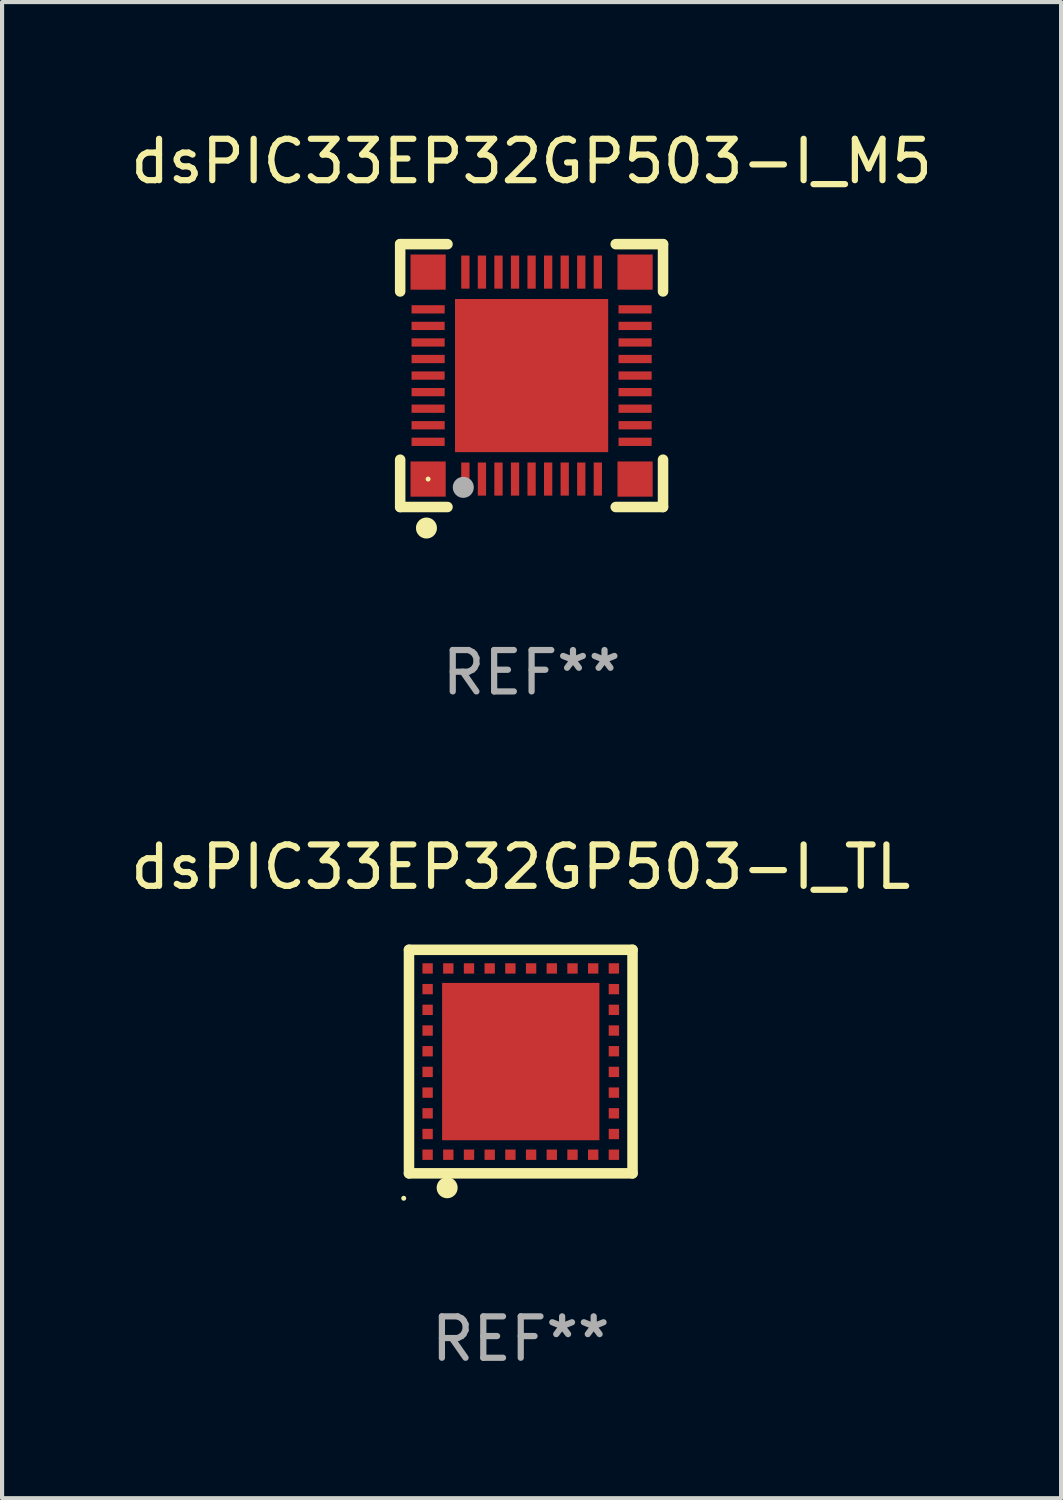
<source format=kicad_pcb>
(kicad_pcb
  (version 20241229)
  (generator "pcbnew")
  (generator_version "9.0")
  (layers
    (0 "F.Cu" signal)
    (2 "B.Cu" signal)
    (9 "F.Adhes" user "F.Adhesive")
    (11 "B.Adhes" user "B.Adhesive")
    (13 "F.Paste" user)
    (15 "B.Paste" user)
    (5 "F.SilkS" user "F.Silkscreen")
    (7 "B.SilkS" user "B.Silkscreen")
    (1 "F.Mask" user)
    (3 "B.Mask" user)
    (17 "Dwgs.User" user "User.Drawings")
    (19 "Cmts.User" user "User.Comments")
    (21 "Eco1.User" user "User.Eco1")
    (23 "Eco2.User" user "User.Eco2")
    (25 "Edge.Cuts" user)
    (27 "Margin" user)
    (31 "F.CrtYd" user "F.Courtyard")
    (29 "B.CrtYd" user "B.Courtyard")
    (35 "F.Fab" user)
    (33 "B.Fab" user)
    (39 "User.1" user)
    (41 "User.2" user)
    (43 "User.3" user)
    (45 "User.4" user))
  (footprint "dsPIC33EP32GP503-I_M5"
    (layer "F.Cu")
    (at 9.792 6.023)
    (property "Reference" "dsPIC33EP32GP503-I_M5" (at 0 -5.175 0) (layer "F.SilkS") (effects (font (size 1 1) (thickness 0.15))))
    (attr through_hole)
    (fp_line (start -3.175 -3.175) (end -2.032 -3.175) (stroke (width 0.254) (type solid)) (layer "F.SilkS"))
    (fp_line (start -3.175 -2.032) (end -3.175 -3.175) (stroke (width 0.254) (type solid)) (layer "F.SilkS"))
    (fp_line (start -3.175 3.175) (end -3.175 2.032) (stroke (width 0.254) (type solid)) (layer "F.SilkS"))
    (fp_line (start -2.032 3.175) (end -3.175 3.175) (stroke (width 0.254) (type solid)) (layer "F.SilkS"))
    (fp_line (start 2.032 -3.175) (end 3.175 -3.175) (stroke (width 0.254) (type solid)) (layer "F.SilkS"))
    (fp_line (start 3.175 -3.175) (end 3.175 -2.032) (stroke (width 0.254) (type solid)) (layer "F.SilkS"))
    (fp_line (start 3.175 2.032) (end 3.175 3.175) (stroke (width 0.254) (type solid)) (layer "F.SilkS"))
    (fp_line (start 3.175 3.175) (end 2.032 3.175) (stroke (width 0.254) (type solid)) (layer "F.SilkS"))
    (fp_circle (center -2.54 3.683) (end -2.413 3.683) (stroke (width 0.254) (type solid)) (fill no) (layer "F.SilkS"))
    (fp_circle (center -2.5 2.5) (end -2.47 2.5) (stroke (width 0.06) (type solid)) (fill no) (layer "F.SilkS"))
    (fp_circle (center -1.65 2.7) (end -1.523 2.7) (stroke (width 0.254) (type solid)) (fill no) (layer "F.Fab"))
    (fp_text user "REF**" (at 0 7.175 0) (layer "F.Fab") (effects (font (size 1 1) (thickness 0.15))))
    (pad "1" smd rect (at -1.6 2.5) (size 0.2 0.8) (layers "F.Cu" "F.Mask" "F.Paste"))
    (pad "2" smd rect (at -1.2 2.5) (size 0.2 0.8) (layers "F.Cu" "F.Mask" "F.Paste"))
    (pad "3" smd rect (at -0.8 2.5) (size 0.2 0.8) (layers "F.Cu" "F.Mask" "F.Paste"))
    (pad "4" smd rect (at -0.4 2.5) (size 0.2 0.8) (layers "F.Cu" "F.Mask" "F.Paste"))
    (pad "5" smd rect (at -0.000051 2.5) (size 0.2 0.8) (layers "F.Cu" "F.Mask" "F.Paste"))
    (pad "6" smd rect (at 0.4 2.5) (size 0.2 0.8) (layers "F.Cu" "F.Mask" "F.Paste"))
    (pad "7" smd rect (at 0.8 2.5) (size 0.2 0.8) (layers "F.Cu" "F.Mask" "F.Paste"))
    (pad "8" smd rect (at 1.2 2.5) (size 0.2 0.8) (layers "F.Cu" "F.Mask" "F.Paste"))
    (pad "9" smd rect (at 1.6 2.5) (size 0.2 0.8) (layers "F.Cu" "F.Mask" "F.Paste"))
    (pad "10" smd rect (at 2.5 1.6 90) (size 0.2 0.8) (layers "F.Cu" "F.Mask" "F.Paste"))
    (pad "11" smd rect (at 2.5 1.2 90) (size 0.2 0.8) (layers "F.Cu" "F.Mask" "F.Paste"))
    (pad "12" smd rect (at 2.5 0.8 90) (size 0.2 0.8) (layers "F.Cu" "F.Mask" "F.Paste"))
    (pad "13" smd rect (at 2.5 0.4 90) (size 0.2 0.8) (layers "F.Cu" "F.Mask" "F.Paste"))
    (pad "14" smd rect (at 2.5 -0.000051 90) (size 0.2 0.8) (layers "F.Cu" "F.Mask" "F.Paste"))
    (pad "15" smd rect (at 2.5 -0.4 90) (size 0.2 0.8) (layers "F.Cu" "F.Mask" "F.Paste"))
    (pad "16" smd rect (at 2.5 -0.8 90) (size 0.2 0.8) (layers "F.Cu" "F.Mask" "F.Paste"))
    (pad "17" smd rect (at 2.5 -1.2 90) (size 0.2 0.8) (layers "F.Cu" "F.Mask" "F.Paste"))
    (pad "18" smd rect (at 2.5 -1.6 90) (size 0.2 0.8) (layers "F.Cu" "F.Mask" "F.Paste"))
    (pad "19" smd rect (at 1.6 -2.5 180) (size 0.2 0.8) (layers "F.Cu" "F.Mask" "F.Paste"))
    (pad "20" smd rect (at 1.2 -2.5 180) (size 0.2 0.8) (layers "F.Cu" "F.Mask" "F.Paste"))
    (pad "21" smd rect (at 0.8 -2.5 180) (size 0.2 0.8) (layers "F.Cu" "F.Mask" "F.Paste"))
    (pad "22" smd rect (at 0.4 -2.5 180) (size 0.2 0.8) (layers "F.Cu" "F.Mask" "F.Paste"))
    (pad "23" smd rect (at -0.000051 -2.5 180) (size 0.2 0.8) (layers "F.Cu" "F.Mask" "F.Paste"))
    (pad "24" smd rect (at -0.4 -2.5 180) (size 0.2 0.8) (layers "F.Cu" "F.Mask" "F.Paste"))
    (pad "25" smd rect (at -0.8 -2.5 180) (size 0.2 0.8) (layers "F.Cu" "F.Mask" "F.Paste"))
    (pad "26" smd rect (at -1.2 -2.5 180) (size 0.2 0.8) (layers "F.Cu" "F.Mask" "F.Paste"))
    (pad "27" smd rect (at -1.6 -2.5 180) (size 0.2 0.8) (layers "F.Cu" "F.Mask" "F.Paste"))
    (pad "28" smd rect (at -2.5 -1.6 270) (size 0.2 0.8) (layers "F.Cu" "F.Mask" "F.Paste"))
    (pad "29" smd rect (at -2.5 -1.2 270) (size 0.2 0.8) (layers "F.Cu" "F.Mask" "F.Paste"))
    (pad "30" smd rect (at -2.5 -0.8 270) (size 0.2 0.8) (layers "F.Cu" "F.Mask" "F.Paste"))
    (pad "31" smd rect (at -2.5 -0.4 270) (size 0.2 0.8) (layers "F.Cu" "F.Mask" "F.Paste"))
    (pad "32" smd rect (at -2.5 -0.000051 270) (size 0.2 0.8) (layers "F.Cu" "F.Mask" "F.Paste"))
    (pad "33" smd rect (at -2.5 0.4 270) (size 0.2 0.8) (layers "F.Cu" "F.Mask" "F.Paste"))
    (pad "34" smd rect (at -2.5 0.8 270) (size 0.2 0.8) (layers "F.Cu" "F.Mask" "F.Paste"))
    (pad "35" smd rect (at -2.5 1.2 270) (size 0.2 0.8) (layers "F.Cu" "F.Mask" "F.Paste"))
    (pad "36" smd rect (at -2.5 1.6 270) (size 0.2 0.8) (layers "F.Cu" "F.Mask" "F.Paste"))
    (pad "37" smd rect (at -2.5 -2.5) (size 0.85 0.85) (layers "F.Cu" "F.Mask" "F.Paste"))
    (pad "37" smd rect (at -2.5 2.5) (size 0.85 0.85) (layers "F.Cu" "F.Mask" "F.Paste"))
    (pad "37" smd rect (at -0.000051 -0.000051) (size 3.7 3.7) (layers "F.Cu" "F.Mask" "F.Paste"))
    (pad "37" smd rect (at 2.5 -2.5) (size 0.85 0.85) (layers "F.Cu" "F.Mask" "F.Paste"))
    (pad "37" smd rect (at 2.5 2.5) (size 0.85 0.85) (layers "F.Cu" "F.Mask" "F.Paste")))
  (footprint "dsPIC33EP32GP503-I_TL"
    (layer "F.Cu")
    (at 9.53 22.595)
    (property "Reference" "dsPIC33EP32GP503-I_TL" (at 0 -4.7 0) (layer "F.SilkS") (effects (font (size 1 1) (thickness 0.15))))
    (attr through_hole)
    (fp_line (start -2.7 -2.7) (end 2.7 -2.7) (stroke (width 0.254) (type solid)) (layer "F.SilkS"))
    (fp_line (start -2.7 2.7) (end -2.7 -2.7) (stroke (width 0.254) (type solid)) (layer "F.SilkS"))
    (fp_line (start 2.7 -2.7) (end 2.7 2.7) (stroke (width 0.254) (type solid)) (layer "F.SilkS"))
    (fp_line (start 2.7 2.7) (end -2.7 2.7) (stroke (width 0.254) (type solid)) (layer "F.SilkS"))
    (fp_circle (center -2.827 3.302) (end -2.797 3.302) (stroke (width 0.06) (type solid)) (fill no) (layer "F.SilkS"))
    (fp_circle (center -1.778 3.048) (end -1.651 3.048) (stroke (width 0.254) (type solid)) (fill no) (layer "F.SilkS"))
    (fp_text user "REF**" (at 0 6.7 0) (layer "F.Fab") (effects (font (size 1 1) (thickness 0.15))))
    (pad "1" smd rect (at -1.75 2.25) (size 0.25 0.25) (layers "F.Cu" "F.Mask" "F.Paste"))
    (pad "2" smd rect (at -1.25 2.25) (size 0.25 0.25) (layers "F.Cu" "F.Mask" "F.Paste"))
    (pad "3" smd rect (at -0.75 2.25) (size 0.25 0.25) (layers "F.Cu" "F.Mask" "F.Paste"))
    (pad "4" smd rect (at -0.25 2.25) (size 0.25 0.25) (layers "F.Cu" "F.Mask" "F.Paste"))
    (pad "5" smd rect (at 0.25 2.25) (size 0.25 0.25) (layers "F.Cu" "F.Mask" "F.Paste"))
    (pad "6" smd rect (at 0.75 2.25) (size 0.25 0.25) (layers "F.Cu" "F.Mask" "F.Paste"))
    (pad "7" smd rect (at 1.25 2.25) (size 0.25 0.25) (layers "F.Cu" "F.Mask" "F.Paste"))
    (pad "8" smd rect (at 1.75 2.25) (size 0.25 0.25) (layers "F.Cu" "F.Mask" "F.Paste"))
    (pad "9" smd rect (at 2.25 2.25) (size 0.25 0.25) (layers "F.Cu" "F.Mask" "F.Paste"))
    (pad "10" smd rect (at 2.25 1.75) (size 0.25 0.25) (layers "F.Cu" "F.Mask" "F.Paste"))
    (pad "11" smd rect (at 2.25 1.25) (size 0.25 0.25) (layers "F.Cu" "F.Mask" "F.Paste"))
    (pad "12" smd rect (at 2.25 0.75) (size 0.25 0.25) (layers "F.Cu" "F.Mask" "F.Paste"))
    (pad "13" smd rect (at 2.25 0.25) (size 0.25 0.25) (layers "F.Cu" "F.Mask" "F.Paste"))
    (pad "14" smd rect (at 2.25 -0.25) (size 0.25 0.25) (layers "F.Cu" "F.Mask" "F.Paste"))
    (pad "15" smd rect (at 2.25 -0.75) (size 0.25 0.25) (layers "F.Cu" "F.Mask" "F.Paste"))
    (pad "16" smd rect (at 2.25 -1.25) (size 0.25 0.25) (layers "F.Cu" "F.Mask" "F.Paste"))
    (pad "17" smd rect (at 2.25 -1.75) (size 0.25 0.25) (layers "F.Cu" "F.Mask" "F.Paste"))
    (pad "18" smd rect (at 2.25 -2.25) (size 0.25 0.25) (layers "F.Cu" "F.Mask" "F.Paste"))
    (pad "19" smd rect (at 1.75 -2.25) (size 0.25 0.25) (layers "F.Cu" "F.Mask" "F.Paste"))
    (pad "20" smd rect (at 1.25 -2.25) (size 0.25 0.25) (layers "F.Cu" "F.Mask" "F.Paste"))
    (pad "21" smd rect (at 0.75 -2.25) (size 0.25 0.25) (layers "F.Cu" "F.Mask" "F.Paste"))
    (pad "22" smd rect (at 0.25 -2.25) (size 0.25 0.25) (layers "F.Cu" "F.Mask" "F.Paste"))
    (pad "23" smd rect (at -0.25 -2.25) (size 0.25 0.25) (layers "F.Cu" "F.Mask" "F.Paste"))
    (pad "24" smd rect (at -0.75 -2.25) (size 0.25 0.25) (layers "F.Cu" "F.Mask" "F.Paste"))
    (pad "25" smd rect (at -1.25 -2.25) (size 0.25 0.25) (layers "F.Cu" "F.Mask" "F.Paste"))
    (pad "26" smd rect (at -1.75 -2.25) (size 0.25 0.25) (layers "F.Cu" "F.Mask" "F.Paste"))
    (pad "27" smd rect (at -2.25 -2.25) (size 0.25 0.25) (layers "F.Cu" "F.Mask" "F.Paste"))
    (pad "28" smd rect (at -2.25 -1.75) (size 0.25 0.25) (layers "F.Cu" "F.Mask" "F.Paste"))
    (pad "29" smd rect (at -2.25 -1.25) (size 0.25 0.25) (layers "F.Cu" "F.Mask" "F.Paste"))
    (pad "30" smd rect (at -2.25 -0.75) (size 0.25 0.25) (layers "F.Cu" "F.Mask" "F.Paste"))
    (pad "31" smd rect (at -2.25 -0.25) (size 0.25 0.25) (layers "F.Cu" "F.Mask" "F.Paste"))
    (pad "32" smd rect (at -2.25 0.25) (size 0.25 0.25) (layers "F.Cu" "F.Mask" "F.Paste"))
    (pad "33" smd rect (at -2.25 0.75) (size 0.25 0.25) (layers "F.Cu" "F.Mask" "F.Paste"))
    (pad "34" smd rect (at -2.25 1.25) (size 0.25 0.25) (layers "F.Cu" "F.Mask" "F.Paste"))
    (pad "35" smd rect (at -2.25 1.75) (size 0.25 0.25) (layers "F.Cu" "F.Mask" "F.Paste"))
    (pad "36" smd rect (at -2.25 2.25) (size 0.25 0.25) (layers "F.Cu" "F.Mask" "F.Paste"))
    (pad "37" smd rect (at 0.000127 -0.000076) (size 3.8 3.8) (layers "F.Cu" "F.Mask" "F.Paste")))
  (gr_rect
    (start -3 -3)
    (end 22.583 33.143)
    (stroke (width 0.1) (type default))
    (fill no)
    (layer "Edge.Cuts")))
</source>
